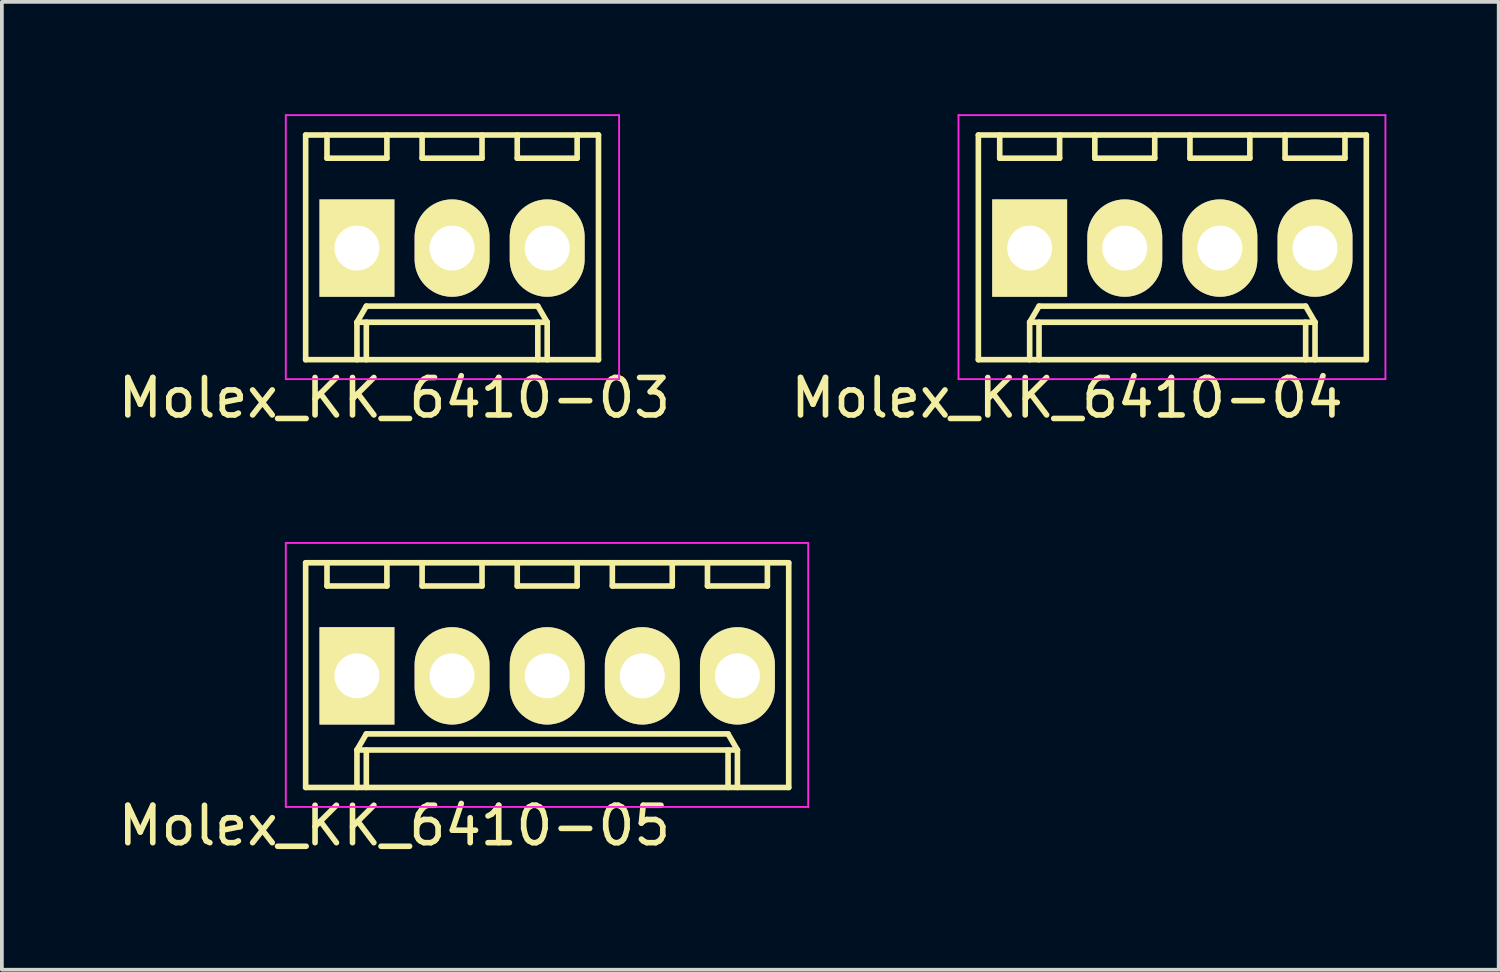
<source format=kicad_pcb>
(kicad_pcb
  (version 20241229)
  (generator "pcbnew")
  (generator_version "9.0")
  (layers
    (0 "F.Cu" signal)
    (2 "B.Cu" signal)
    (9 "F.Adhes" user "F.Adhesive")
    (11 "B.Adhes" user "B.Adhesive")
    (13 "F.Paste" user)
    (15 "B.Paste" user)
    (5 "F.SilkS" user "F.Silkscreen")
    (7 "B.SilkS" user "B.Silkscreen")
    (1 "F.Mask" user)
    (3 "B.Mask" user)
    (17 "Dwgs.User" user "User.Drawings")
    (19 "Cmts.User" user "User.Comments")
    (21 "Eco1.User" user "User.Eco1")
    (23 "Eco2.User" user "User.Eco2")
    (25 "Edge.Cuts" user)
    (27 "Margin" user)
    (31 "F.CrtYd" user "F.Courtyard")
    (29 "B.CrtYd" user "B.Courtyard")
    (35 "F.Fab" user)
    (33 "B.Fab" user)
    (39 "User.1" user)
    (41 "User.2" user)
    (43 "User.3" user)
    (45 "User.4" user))
  (footprint "Molex_KK_6410-05"
    (layer "F.Cu")
    (at 6.482 14.998)
    (property "Reference" "Molex_KK_6410-05" (at 1 4 0) (layer "F.SilkS") (effects (font (size 1 1) (thickness 0.15))))
    (attr through_hole)
    (fp_line (start -1.37 -3.02) (end -1.37 2.98) (stroke (width 0.15) (type solid)) (layer "F.SilkS"))
    (fp_line (start -1.37 2.98) (end 11.53 2.98) (stroke (width 0.15) (type solid)) (layer "F.SilkS"))
    (fp_line (start -0.8 -3.02) (end -0.8 -2.4) (stroke (width 0.15) (type solid)) (layer "F.SilkS"))
    (fp_line (start -0.8 -2.4) (end 0.8 -2.4) (stroke (width 0.15) (type solid)) (layer "F.SilkS"))
    (fp_line (start 0 1.98) (end 0.25 1.55) (stroke (width 0.15) (type solid)) (layer "F.SilkS"))
    (fp_line (start 0 1.98) (end 10.16 1.98) (stroke (width 0.15) (type solid)) (layer "F.SilkS"))
    (fp_line (start 0 2.98) (end 0 1.98) (stroke (width 0.15) (type solid)) (layer "F.SilkS"))
    (fp_line (start 0.25 1.55) (end 9.91 1.55) (stroke (width 0.15) (type solid)) (layer "F.SilkS"))
    (fp_line (start 0.25 2.98) (end 0.25 1.98) (stroke (width 0.15) (type solid)) (layer "F.SilkS"))
    (fp_line (start 0.8 -2.4) (end 0.8 -3.02) (stroke (width 0.15) (type solid)) (layer "F.SilkS"))
    (fp_line (start 1.74 -3.02) (end 1.74 -2.4) (stroke (width 0.15) (type solid)) (layer "F.SilkS"))
    (fp_line (start 1.74 -2.4) (end 3.34 -2.4) (stroke (width 0.15) (type solid)) (layer "F.SilkS"))
    (fp_line (start 3.34 -2.4) (end 3.34 -3.02) (stroke (width 0.15) (type solid)) (layer "F.SilkS"))
    (fp_line (start 4.28 -3.02) (end 4.28 -2.4) (stroke (width 0.15) (type solid)) (layer "F.SilkS"))
    (fp_line (start 4.28 -2.4) (end 5.88 -2.4) (stroke (width 0.15) (type solid)) (layer "F.SilkS"))
    (fp_line (start 5.88 -2.4) (end 5.88 -3.02) (stroke (width 0.15) (type solid)) (layer "F.SilkS"))
    (fp_line (start 6.82 -3.02) (end 6.82 -2.4) (stroke (width 0.15) (type solid)) (layer "F.SilkS"))
    (fp_line (start 6.82 -2.4) (end 8.42 -2.4) (stroke (width 0.15) (type solid)) (layer "F.SilkS"))
    (fp_line (start 8.42 -2.4) (end 8.42 -3.02) (stroke (width 0.15) (type solid)) (layer "F.SilkS"))
    (fp_line (start 9.36 -3.02) (end 9.36 -2.4) (stroke (width 0.15) (type solid)) (layer "F.SilkS"))
    (fp_line (start 9.36 -2.4) (end 10.96 -2.4) (stroke (width 0.15) (type solid)) (layer "F.SilkS"))
    (fp_line (start 9.91 1.55) (end 10.16 1.98) (stroke (width 0.15) (type solid)) (layer "F.SilkS"))
    (fp_line (start 9.91 2.98) (end 9.91 1.98) (stroke (width 0.15) (type solid)) (layer "F.SilkS"))
    (fp_line (start 10.16 1.98) (end 10.16 2.98) (stroke (width 0.15) (type solid)) (layer "F.SilkS"))
    (fp_line (start 10.96 -2.4) (end 10.96 -3.02) (stroke (width 0.15) (type solid)) (layer "F.SilkS"))
    (fp_line (start 11.53 -3.02) (end -1.37 -3.02) (stroke (width 0.15) (type solid)) (layer "F.SilkS"))
    (fp_line (start 11.53 2.98) (end 11.53 -3.02) (stroke (width 0.15) (type solid)) (layer "F.SilkS"))
    (fp_line (start -1.9 -3.55) (end 12.05 -3.55) (stroke (width 0.05) (type solid)) (layer "F.CrtYd"))
    (fp_line (start -1.9 3.5) (end -1.9 -3.55) (stroke (width 0.05) (type solid)) (layer "F.CrtYd"))
    (fp_line (start 12.05 -3.55) (end 12.05 3.5) (stroke (width 0.05) (type solid)) (layer "F.CrtYd"))
    (fp_line (start 12.05 3.5) (end -1.9 3.5) (stroke (width 0.05) (type solid)) (layer "F.CrtYd"))
    (pad "1" thru_hole rect (at 0 0) (size 2 2.6) (drill 1.2) (layers "*.Cu" "*.Mask" "F.SilkS"))
    (pad "2" thru_hole oval (at 2.54 0) (size 2 2.6) (drill 1.2) (layers "*.Cu" "*.Mask" "F.SilkS"))
    (pad "3" thru_hole oval (at 5.08 0) (size 2 2.6) (drill 1.2) (layers "*.Cu" "*.Mask" "F.SilkS"))
    (pad "4" thru_hole oval (at 7.62 0) (size 2 2.6) (drill 1.2) (layers "*.Cu" "*.Mask" "F.SilkS"))
    (pad "5" thru_hole oval (at 10.16 0) (size 2 2.6) (drill 1.2) (layers "*.Cu" "*.Mask" "F.SilkS")))
  (footprint "Molex_KK_6410-03"
    (layer "F.Cu")
    (at 6.482 3.575)
    (property "Reference" "Molex_KK_6410-03" (at 1 4 0) (layer "F.SilkS") (effects (font (size 1 1) (thickness 0.15))))
    (attr through_hole)
    (fp_line (start -1.37 -3.02) (end -1.37 2.98) (stroke (width 0.15) (type solid)) (layer "F.SilkS"))
    (fp_line (start -1.37 2.98) (end 6.45 2.98) (stroke (width 0.15) (type solid)) (layer "F.SilkS"))
    (fp_line (start -0.8 -3.02) (end -0.8 -2.4) (stroke (width 0.15) (type solid)) (layer "F.SilkS"))
    (fp_line (start -0.8 -2.4) (end 0.8 -2.4) (stroke (width 0.15) (type solid)) (layer "F.SilkS"))
    (fp_line (start 0 1.98) (end 0.25 1.55) (stroke (width 0.15) (type solid)) (layer "F.SilkS"))
    (fp_line (start 0 1.98) (end 5.08 1.98) (stroke (width 0.15) (type solid)) (layer "F.SilkS"))
    (fp_line (start 0 2.98) (end 0 1.98) (stroke (width 0.15) (type solid)) (layer "F.SilkS"))
    (fp_line (start 0.25 1.55) (end 4.83 1.55) (stroke (width 0.15) (type solid)) (layer "F.SilkS"))
    (fp_line (start 0.25 2.98) (end 0.25 1.98) (stroke (width 0.15) (type solid)) (layer "F.SilkS"))
    (fp_line (start 0.8 -2.4) (end 0.8 -3.02) (stroke (width 0.15) (type solid)) (layer "F.SilkS"))
    (fp_line (start 1.74 -3.02) (end 1.74 -2.4) (stroke (width 0.15) (type solid)) (layer "F.SilkS"))
    (fp_line (start 1.74 -2.4) (end 3.34 -2.4) (stroke (width 0.15) (type solid)) (layer "F.SilkS"))
    (fp_line (start 3.34 -2.4) (end 3.34 -3.02) (stroke (width 0.15) (type solid)) (layer "F.SilkS"))
    (fp_line (start 4.28 -3.02) (end 4.28 -2.4) (stroke (width 0.15) (type solid)) (layer "F.SilkS"))
    (fp_line (start 4.28 -2.4) (end 5.88 -2.4) (stroke (width 0.15) (type solid)) (layer "F.SilkS"))
    (fp_line (start 4.83 1.55) (end 5.08 1.98) (stroke (width 0.15) (type solid)) (layer "F.SilkS"))
    (fp_line (start 4.83 2.98) (end 4.83 1.98) (stroke (width 0.15) (type solid)) (layer "F.SilkS"))
    (fp_line (start 5.08 1.98) (end 5.08 2.98) (stroke (width 0.15) (type solid)) (layer "F.SilkS"))
    (fp_line (start 5.88 -2.4) (end 5.88 -3.02) (stroke (width 0.15) (type solid)) (layer "F.SilkS"))
    (fp_line (start 6.45 -3.02) (end -1.37 -3.02) (stroke (width 0.15) (type solid)) (layer "F.SilkS"))
    (fp_line (start 6.45 2.98) (end 6.45 -3.02) (stroke (width 0.15) (type solid)) (layer "F.SilkS"))
    (fp_line (start -1.9 -3.55) (end 7 -3.55) (stroke (width 0.05) (type solid)) (layer "F.CrtYd"))
    (fp_line (start -1.9 3.5) (end -1.9 -3.55) (stroke (width 0.05) (type solid)) (layer "F.CrtYd"))
    (fp_line (start 7 -3.55) (end 7 3.5) (stroke (width 0.05) (type solid)) (layer "F.CrtYd"))
    (fp_line (start 7 3.5) (end -1.9 3.5) (stroke (width 0.05) (type solid)) (layer "F.CrtYd"))
    (pad "1" thru_hole rect (at 0 0) (size 2 2.6) (drill 1.2) (layers "*.Cu" "*.Mask" "F.SilkS"))
    (pad "2" thru_hole oval (at 2.54 0) (size 2 2.6) (drill 1.2) (layers "*.Cu" "*.Mask" "F.SilkS"))
    (pad "3" thru_hole oval (at 5.08 0) (size 2 2.6) (drill 1.2) (layers "*.Cu" "*.Mask" "F.SilkS")))
  (footprint "Molex_KK_6410-04"
    (layer "F.Cu")
    (at 24.446 3.575)
    (property "Reference" "Molex_KK_6410-04" (at 1 4 0) (layer "F.SilkS") (effects (font (size 1 1) (thickness 0.15))))
    (attr through_hole)
    (fp_line (start -1.37 -3.02) (end -1.37 2.98) (stroke (width 0.15) (type solid)) (layer "F.SilkS"))
    (fp_line (start -1.37 2.98) (end 8.99 2.98) (stroke (width 0.15) (type solid)) (layer "F.SilkS"))
    (fp_line (start -0.8 -3.02) (end -0.8 -2.4) (stroke (width 0.15) (type solid)) (layer "F.SilkS"))
    (fp_line (start -0.8 -2.4) (end 0.8 -2.4) (stroke (width 0.15) (type solid)) (layer "F.SilkS"))
    (fp_line (start 0 1.98) (end 0.25 1.55) (stroke (width 0.15) (type solid)) (layer "F.SilkS"))
    (fp_line (start 0 1.98) (end 7.62 1.98) (stroke (width 0.15) (type solid)) (layer "F.SilkS"))
    (fp_line (start 0 2.98) (end 0 1.98) (stroke (width 0.15) (type solid)) (layer "F.SilkS"))
    (fp_line (start 0.25 1.55) (end 7.37 1.55) (stroke (width 0.15) (type solid)) (layer "F.SilkS"))
    (fp_line (start 0.25 2.98) (end 0.25 1.98) (stroke (width 0.15) (type solid)) (layer "F.SilkS"))
    (fp_line (start 0.8 -2.4) (end 0.8 -3.02) (stroke (width 0.15) (type solid)) (layer "F.SilkS"))
    (fp_line (start 1.74 -3.02) (end 1.74 -2.4) (stroke (width 0.15) (type solid)) (layer "F.SilkS"))
    (fp_line (start 1.74 -2.4) (end 3.34 -2.4) (stroke (width 0.15) (type solid)) (layer "F.SilkS"))
    (fp_line (start 3.34 -2.4) (end 3.34 -3.02) (stroke (width 0.15) (type solid)) (layer "F.SilkS"))
    (fp_line (start 4.28 -3.02) (end 4.28 -2.4) (stroke (width 0.15) (type solid)) (layer "F.SilkS"))
    (fp_line (start 4.28 -2.4) (end 5.88 -2.4) (stroke (width 0.15) (type solid)) (layer "F.SilkS"))
    (fp_line (start 5.88 -2.4) (end 5.88 -3.02) (stroke (width 0.15) (type solid)) (layer "F.SilkS"))
    (fp_line (start 6.82 -3.02) (end 6.82 -2.4) (stroke (width 0.15) (type solid)) (layer "F.SilkS"))
    (fp_line (start 6.82 -2.4) (end 8.42 -2.4) (stroke (width 0.15) (type solid)) (layer "F.SilkS"))
    (fp_line (start 7.37 1.55) (end 7.62 1.98) (stroke (width 0.15) (type solid)) (layer "F.SilkS"))
    (fp_line (start 7.37 2.98) (end 7.37 1.98) (stroke (width 0.15) (type solid)) (layer "F.SilkS"))
    (fp_line (start 7.62 1.98) (end 7.62 2.98) (stroke (width 0.15) (type solid)) (layer "F.SilkS"))
    (fp_line (start 8.42 -2.4) (end 8.42 -3.02) (stroke (width 0.15) (type solid)) (layer "F.SilkS"))
    (fp_line (start 8.99 -3.02) (end -1.37 -3.02) (stroke (width 0.15) (type solid)) (layer "F.SilkS"))
    (fp_line (start 8.99 2.98) (end 8.99 -3.02) (stroke (width 0.15) (type solid)) (layer "F.SilkS"))
    (fp_line (start -1.9 -3.55) (end 9.5 -3.55) (stroke (width 0.05) (type solid)) (layer "F.CrtYd"))
    (fp_line (start -1.9 3.5) (end -1.9 -3.55) (stroke (width 0.05) (type solid)) (layer "F.CrtYd"))
    (fp_line (start 9.5 -3.55) (end 9.5 3.5) (stroke (width 0.05) (type solid)) (layer "F.CrtYd"))
    (fp_line (start 9.5 3.5) (end -1.9 3.5) (stroke (width 0.05) (type solid)) (layer "F.CrtYd"))
    (pad "1" thru_hole rect (at 0 0) (size 2 2.6) (drill 1.2) (layers "*.Cu" "*.Mask" "F.SilkS"))
    (pad "2" thru_hole oval (at 2.54 0) (size 2 2.6) (drill 1.2) (layers "*.Cu" "*.Mask" "F.SilkS"))
    (pad "3" thru_hole oval (at 5.08 0) (size 2 2.6) (drill 1.2) (layers "*.Cu" "*.Mask" "F.SilkS"))
    (pad "4" thru_hole oval (at 7.62 0) (size 2 2.6) (drill 1.2) (layers "*.Cu" "*.Mask" "F.SilkS")))
  (gr_rect
    (start -3 -3)
    (end 36.971 22.846)
    (stroke (width 0.1) (type default))
    (fill no)
    (layer "Edge.Cuts")))
</source>
